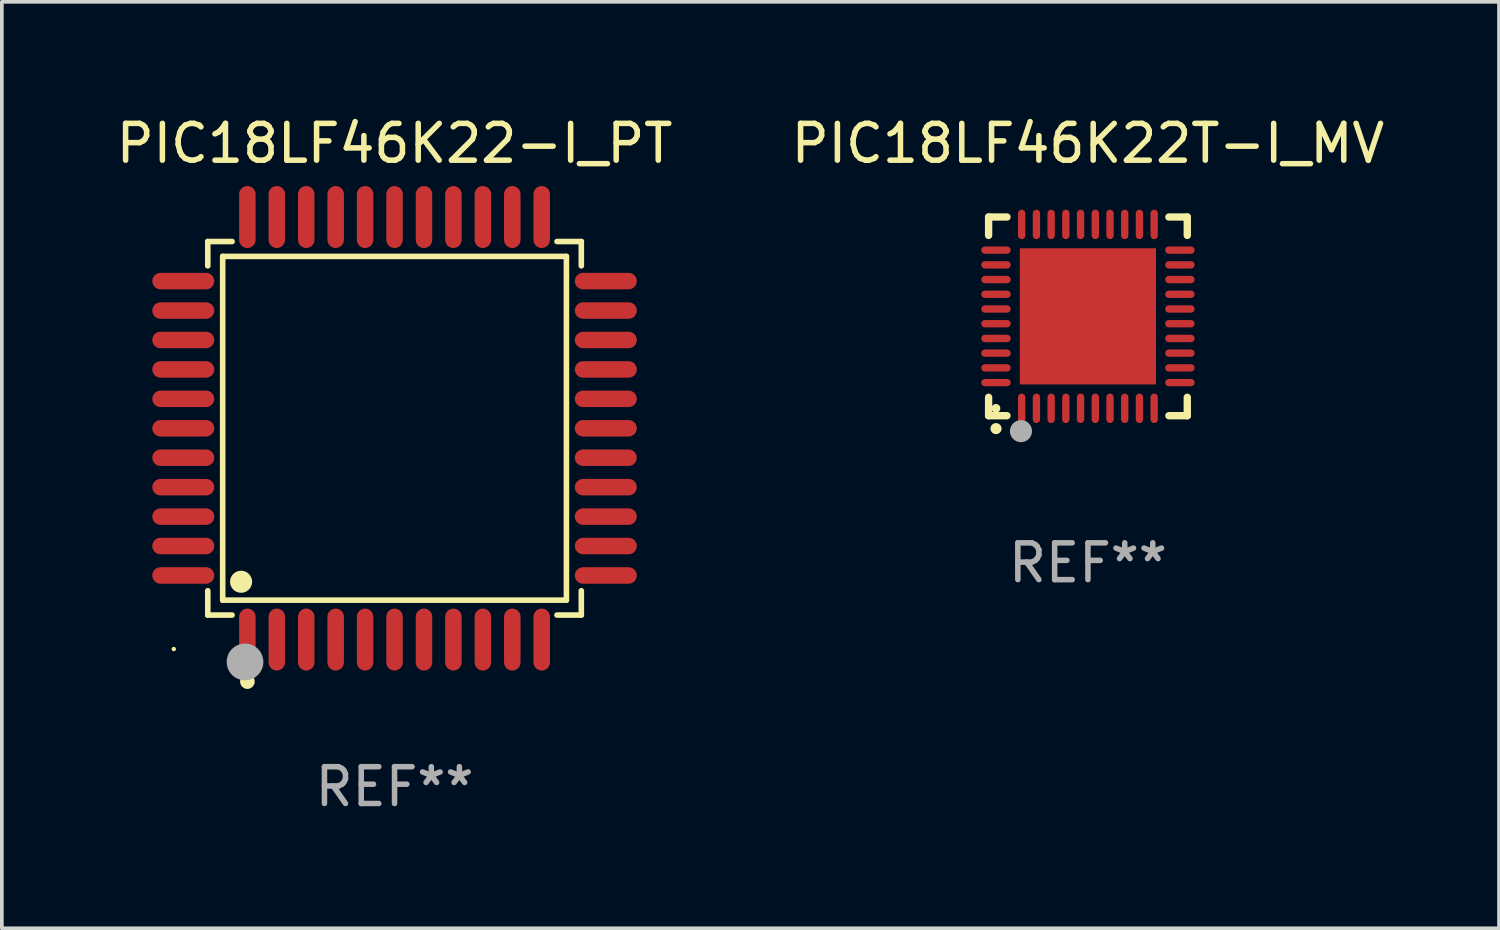
<source format=kicad_pcb>
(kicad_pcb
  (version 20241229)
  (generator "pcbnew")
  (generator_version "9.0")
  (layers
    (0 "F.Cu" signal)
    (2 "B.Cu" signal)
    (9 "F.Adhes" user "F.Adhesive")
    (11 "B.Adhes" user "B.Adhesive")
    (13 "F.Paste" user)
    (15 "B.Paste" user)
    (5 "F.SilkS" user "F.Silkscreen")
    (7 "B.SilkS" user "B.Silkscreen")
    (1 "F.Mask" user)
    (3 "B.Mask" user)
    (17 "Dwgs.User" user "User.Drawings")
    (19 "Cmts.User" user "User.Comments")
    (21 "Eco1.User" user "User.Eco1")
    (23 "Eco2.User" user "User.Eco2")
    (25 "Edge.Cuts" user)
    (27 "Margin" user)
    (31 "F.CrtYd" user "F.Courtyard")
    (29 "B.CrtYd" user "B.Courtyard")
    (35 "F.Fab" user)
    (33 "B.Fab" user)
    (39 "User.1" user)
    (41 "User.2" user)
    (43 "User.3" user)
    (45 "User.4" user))
  (footprint "PIC18LF46K22T-I_MV"
    (layer "F.Cu")
    (at 26.518 5.548)
    (property "Reference" "PIC18LF46K22T-I_MV" (at 0 -4.7 0) (layer "F.SilkS") (effects (font (size 1 1) (thickness 0.15))))
    (attr through_hole)
    (fp_line (start -2.7 -2.7) (end -2.7 -2.2) (stroke (width 0.2) (type solid)) (layer "F.SilkS"))
    (fp_line (start -2.7 2.7) (end -2.7 2.2) (stroke (width 0.2) (type solid)) (layer "F.SilkS"))
    (fp_line (start -2.2 -2.7) (end -2.7 -2.7) (stroke (width 0.2) (type solid)) (layer "F.SilkS"))
    (fp_line (start -2.2 2.7) (end -2.7 2.7) (stroke (width 0.2) (type solid)) (layer "F.SilkS"))
    (fp_line (start 2.7 -2.7) (end 2.2 -2.7) (stroke (width 0.2) (type solid)) (layer "F.SilkS"))
    (fp_line (start 2.7 -2.2) (end 2.7 -2.7) (stroke (width 0.2) (type solid)) (layer "F.SilkS"))
    (fp_line (start 2.7 2.2) (end 2.7 2.7) (stroke (width 0.2) (type solid)) (layer "F.SilkS"))
    (fp_line (start 2.7 2.7) (end 2.2 2.7) (stroke (width 0.2) (type solid)) (layer "F.SilkS"))
    (fp_arc (start -2.499365 3.050546) (mid -2.498095 3.050541) (end -2.496825 3.050546) (stroke (width 0.3) (type solid)) (layer "F.SilkS"))
    (fp_circle (center -2.5 2.5) (end -2.44 2.5) (stroke (width 0.12) (type solid)) (fill no) (layer "F.SilkS"))
    (fp_circle (center -1.82 3.12) (end -1.67 3.12) (stroke (width 0.3) (type solid)) (fill no) (layer "F.Fab"))
    (fp_text user "REF**" (at 0 6.7 0) (layer "F.Fab") (effects (font (size 1 1) (thickness 0.15))))
    (pad "1" smd oval (at -1.8 2.499) (size 0.2 0.8) (layers "F.Cu" "F.Mask" "F.Paste"))
    (pad "2" smd oval (at -1.4 2.499) (size 0.2 0.8) (layers "F.Cu" "F.Mask" "F.Paste"))
    (pad "3" smd oval (at -1 2.499) (size 0.2 0.8) (layers "F.Cu" "F.Mask" "F.Paste"))
    (pad "4" smd oval (at -0.6 2.499) (size 0.2 0.8) (layers "F.Cu" "F.Mask" "F.Paste"))
    (pad "5" smd oval (at -0.2 2.499) (size 0.2 0.8) (layers "F.Cu" "F.Mask" "F.Paste"))
    (pad "6" smd oval (at 0.2 2.499) (size 0.2 0.8) (layers "F.Cu" "F.Mask" "F.Paste"))
    (pad "7" smd oval (at 0.6 2.499) (size 0.2 0.8) (layers "F.Cu" "F.Mask" "F.Paste"))
    (pad "8" smd oval (at 1 2.499) (size 0.2 0.8) (layers "F.Cu" "F.Mask" "F.Paste"))
    (pad "9" smd oval (at 1.4 2.499) (size 0.2 0.8) (layers "F.Cu" "F.Mask" "F.Paste"))
    (pad "10" smd oval (at 1.8 2.499) (size 0.2 0.8) (layers "F.Cu" "F.Mask" "F.Paste"))
    (pad "11" smd oval (at 2.499 1.8) (size 0.8 0.2) (layers "F.Cu" "F.Mask" "F.Paste"))
    (pad "12" smd oval (at 2.499 1.4) (size 0.8 0.2) (layers "F.Cu" "F.Mask" "F.Paste"))
    (pad "13" smd oval (at 2.499 1) (size 0.8 0.2) (layers "F.Cu" "F.Mask" "F.Paste"))
    (pad "14" smd oval (at 2.499 0.6) (size 0.8 0.2) (layers "F.Cu" "F.Mask" "F.Paste"))
    (pad "15" smd oval (at 2.499 0.2) (size 0.8 0.2) (layers "F.Cu" "F.Mask" "F.Paste"))
    (pad "16" smd oval (at 2.499 -0.2) (size 0.8 0.2) (layers "F.Cu" "F.Mask" "F.Paste"))
    (pad "17" smd oval (at 2.499 -0.6) (size 0.8 0.2) (layers "F.Cu" "F.Mask" "F.Paste"))
    (pad "18" smd oval (at 2.499 -1) (size 0.8 0.2) (layers "F.Cu" "F.Mask" "F.Paste"))
    (pad "19" smd oval (at 2.499 -1.4) (size 0.8 0.2) (layers "F.Cu" "F.Mask" "F.Paste"))
    (pad "20" smd oval (at 2.499 -1.8) (size 0.8 0.2) (layers "F.Cu" "F.Mask" "F.Paste"))
    (pad "21" smd oval (at 1.8 -2.499) (size 0.2 0.8) (layers "F.Cu" "F.Mask" "F.Paste"))
    (pad "22" smd oval (at 1.4 -2.499) (size 0.2 0.8) (layers "F.Cu" "F.Mask" "F.Paste"))
    (pad "23" smd oval (at 1 -2.499) (size 0.2 0.8) (layers "F.Cu" "F.Mask" "F.Paste"))
    (pad "24" smd oval (at 0.6 -2.499) (size 0.2 0.8) (layers "F.Cu" "F.Mask" "F.Paste"))
    (pad "25" smd oval (at 0.2 -2.499) (size 0.2 0.8) (layers "F.Cu" "F.Mask" "F.Paste"))
    (pad "26" smd oval (at -0.2 -2.499) (size 0.2 0.8) (layers "F.Cu" "F.Mask" "F.Paste"))
    (pad "27" smd oval (at -0.6 -2.499) (size 0.2 0.8) (layers "F.Cu" "F.Mask" "F.Paste"))
    (pad "28" smd oval (at -1 -2.499) (size 0.2 0.8) (layers "F.Cu" "F.Mask" "F.Paste"))
    (pad "29" smd oval (at -1.4 -2.499) (size 0.2 0.8) (layers "F.Cu" "F.Mask" "F.Paste"))
    (pad "30" smd oval (at -1.8 -2.499) (size 0.2 0.8) (layers "F.Cu" "F.Mask" "F.Paste"))
    (pad "31" smd oval (at -2.499 -1.8) (size 0.8 0.2) (layers "F.Cu" "F.Mask" "F.Paste"))
    (pad "32" smd oval (at -2.499 -1.4) (size 0.8 0.2) (layers "F.Cu" "F.Mask" "F.Paste"))
    (pad "33" smd oval (at -2.499 -1) (size 0.8 0.2) (layers "F.Cu" "F.Mask" "F.Paste"))
    (pad "34" smd oval (at -2.499 -0.6) (size 0.8 0.2) (layers "F.Cu" "F.Mask" "F.Paste"))
    (pad "35" smd oval (at -2.499 -0.2) (size 0.8 0.2) (layers "F.Cu" "F.Mask" "F.Paste"))
    (pad "36" smd oval (at -2.499 0.2) (size 0.8 0.2) (layers "F.Cu" "F.Mask" "F.Paste"))
    (pad "37" smd oval (at -2.499 0.6) (size 0.8 0.2) (layers "F.Cu" "F.Mask" "F.Paste"))
    (pad "38" smd oval (at -2.499 1) (size 0.8 0.2) (layers "F.Cu" "F.Mask" "F.Paste"))
    (pad "39" smd oval (at -2.499 1.4) (size 0.8 0.2) (layers "F.Cu" "F.Mask" "F.Paste"))
    (pad "40" smd oval (at -2.499 1.8) (size 0.8 0.2) (layers "F.Cu" "F.Mask" "F.Paste"))
    (pad "41" smd rect (at 0 0) (size 3.7 3.7) (layers "F.Cu" "F.Mask" "F.Paste")))
  (footprint "PIC18LF46K22-I_PT"
    (layer "F.Cu")
    (at 7.673 8.59)
    (property "Reference" "PIC18LF46K22-I_PT" (at 0 -7.742 0) (layer "F.SilkS") (effects (font (size 1 1) (thickness 0.15))))
    (attr through_hole)
    (fp_line (start -5.076 -5.076) (end -4.415 -5.076) (stroke (width 0.152) (type solid)) (layer "F.SilkS"))
    (fp_line (start -5.076 -4.415) (end -5.076 -5.076) (stroke (width 0.152) (type solid)) (layer "F.SilkS"))
    (fp_line (start -5.076 4.415) (end -5.076 5.076) (stroke (width 0.152) (type solid)) (layer "F.SilkS"))
    (fp_line (start -5.076 5.076) (end -4.415 5.076) (stroke (width 0.152) (type solid)) (layer "F.SilkS"))
    (fp_line (start -4.671 -4.671) (end 4.671 -4.671) (stroke (width 0.152) (type solid)) (layer "F.SilkS"))
    (fp_line (start -4.671 4.671) (end -4.671 -4.671) (stroke (width 0.152) (type solid)) (layer "F.SilkS"))
    (fp_line (start 4.671 -4.671) (end 4.671 4.671) (stroke (width 0.152) (type solid)) (layer "F.SilkS"))
    (fp_line (start 4.671 4.671) (end -4.671 4.671) (stroke (width 0.152) (type solid)) (layer "F.SilkS"))
    (fp_line (start 5.076 -5.076) (end 4.415 -5.076) (stroke (width 0.152) (type solid)) (layer "F.SilkS"))
    (fp_line (start 5.076 -4.415) (end 5.076 -5.076) (stroke (width 0.152) (type solid)) (layer "F.SilkS"))
    (fp_line (start 5.076 4.415) (end 5.076 5.076) (stroke (width 0.152) (type solid)) (layer "F.SilkS"))
    (fp_line (start 5.076 5.076) (end 4.415 5.076) (stroke (width 0.152) (type solid)) (layer "F.SilkS"))
    (fp_circle (center -6 6) (end -5.97 6) (stroke (width 0.06) (type solid)) (fill no) (layer "F.SilkS"))
    (fp_circle (center -4.171 4.171) (end -4.021 4.171) (stroke (width 0.3) (type solid)) (fill no) (layer "F.SilkS"))
    (fp_circle (center -4 6.884) (end -3.9 6.884) (stroke (width 0.2) (type solid)) (fill no) (layer "F.SilkS"))
    (fp_circle (center -4.064 6.35) (end -3.814 6.35) (stroke (width 0.5) (type solid)) (fill no) (layer "F.Fab"))
    (fp_text user "REF**" (at 0 9.742 0) (layer "F.Fab") (effects (font (size 1 1) (thickness 0.15))))
    (pad "1" smd oval (at -4 5.742) (size 0.448 1.684) (layers "F.Cu" "F.Mask" "F.Paste"))
    (pad "2" smd oval (at -3.2 5.742) (size 0.448 1.684) (layers "F.Cu" "F.Mask" "F.Paste"))
    (pad "3" smd oval (at -2.4 5.742) (size 0.448 1.684) (layers "F.Cu" "F.Mask" "F.Paste"))
    (pad "4" smd oval (at -1.6 5.742) (size 0.448 1.684) (layers "F.Cu" "F.Mask" "F.Paste"))
    (pad "5" smd oval (at -0.8 5.742) (size 0.448 1.684) (layers "F.Cu" "F.Mask" "F.Paste"))
    (pad "6" smd oval (at 0 5.742) (size 0.448 1.684) (layers "F.Cu" "F.Mask" "F.Paste"))
    (pad "7" smd oval (at 0.8 5.742) (size 0.448 1.684) (layers "F.Cu" "F.Mask" "F.Paste"))
    (pad "8" smd oval (at 1.6 5.742) (size 0.448 1.684) (layers "F.Cu" "F.Mask" "F.Paste"))
    (pad "9" smd oval (at 2.4 5.742) (size 0.448 1.684) (layers "F.Cu" "F.Mask" "F.Paste"))
    (pad "10" smd oval (at 3.2 5.742) (size 0.448 1.684) (layers "F.Cu" "F.Mask" "F.Paste"))
    (pad "11" smd oval (at 4 5.742) (size 0.448 1.684) (layers "F.Cu" "F.Mask" "F.Paste"))
    (pad "12" smd oval (at 5.742 4) (size 1.684 0.448) (layers "F.Cu" "F.Mask" "F.Paste"))
    (pad "13" smd oval (at 5.742 3.2) (size 1.684 0.448) (layers "F.Cu" "F.Mask" "F.Paste"))
    (pad "14" smd oval (at 5.742 2.4) (size 1.684 0.448) (layers "F.Cu" "F.Mask" "F.Paste"))
    (pad "15" smd oval (at 5.742 1.6) (size 1.684 0.448) (layers "F.Cu" "F.Mask" "F.Paste"))
    (pad "16" smd oval (at 5.742 0.8) (size 1.684 0.448) (layers "F.Cu" "F.Mask" "F.Paste"))
    (pad "17" smd oval (at 5.742 0) (size 1.684 0.448) (layers "F.Cu" "F.Mask" "F.Paste"))
    (pad "18" smd oval (at 5.742 -0.8) (size 1.684 0.448) (layers "F.Cu" "F.Mask" "F.Paste"))
    (pad "19" smd oval (at 5.742 -1.6) (size 1.684 0.448) (layers "F.Cu" "F.Mask" "F.Paste"))
    (pad "20" smd oval (at 5.742 -2.4) (size 1.684 0.448) (layers "F.Cu" "F.Mask" "F.Paste"))
    (pad "21" smd oval (at 5.742 -3.2) (size 1.684 0.448) (layers "F.Cu" "F.Mask" "F.Paste"))
    (pad "22" smd oval (at 5.742 -4) (size 1.684 0.448) (layers "F.Cu" "F.Mask" "F.Paste"))
    (pad "23" smd oval (at 4 -5.742) (size 0.448 1.684) (layers "F.Cu" "F.Mask" "F.Paste"))
    (pad "24" smd oval (at 3.2 -5.742) (size 0.448 1.684) (layers "F.Cu" "F.Mask" "F.Paste"))
    (pad "25" smd oval (at 2.4 -5.742) (size 0.448 1.684) (layers "F.Cu" "F.Mask" "F.Paste"))
    (pad "26" smd oval (at 1.6 -5.742) (size 0.448 1.684) (layers "F.Cu" "F.Mask" "F.Paste"))
    (pad "27" smd oval (at 0.8 -5.742) (size 0.448 1.684) (layers "F.Cu" "F.Mask" "F.Paste"))
    (pad "28" smd oval (at 0 -5.742) (size 0.448 1.684) (layers "F.Cu" "F.Mask" "F.Paste"))
    (pad "29" smd oval (at -0.8 -5.742) (size 0.448 1.684) (layers "F.Cu" "F.Mask" "F.Paste"))
    (pad "30" smd oval (at -1.6 -5.742) (size 0.448 1.684) (layers "F.Cu" "F.Mask" "F.Paste"))
    (pad "31" smd oval (at -2.4 -5.742) (size 0.448 1.684) (layers "F.Cu" "F.Mask" "F.Paste"))
    (pad "32" smd oval (at -3.2 -5.742) (size 0.448 1.684) (layers "F.Cu" "F.Mask" "F.Paste"))
    (pad "33" smd oval (at -4 -5.742) (size 0.448 1.684) (layers "F.Cu" "F.Mask" "F.Paste"))
    (pad "34" smd oval (at -5.742 -4) (size 1.684 0.448) (layers "F.Cu" "F.Mask" "F.Paste"))
    (pad "35" smd oval (at -5.742 -3.2) (size 1.684 0.448) (layers "F.Cu" "F.Mask" "F.Paste"))
    (pad "36" smd oval (at -5.742 -2.4) (size 1.684 0.448) (layers "F.Cu" "F.Mask" "F.Paste"))
    (pad "37" smd oval (at -5.742 -1.6) (size 1.684 0.448) (layers "F.Cu" "F.Mask" "F.Paste"))
    (pad "38" smd oval (at -5.742 -0.8) (size 1.684 0.448) (layers "F.Cu" "F.Mask" "F.Paste"))
    (pad "39" smd oval (at -5.742 0) (size 1.684 0.448) (layers "F.Cu" "F.Mask" "F.Paste"))
    (pad "40" smd oval (at -5.742 0.8) (size 1.684 0.448) (layers "F.Cu" "F.Mask" "F.Paste"))
    (pad "41" smd oval (at -5.742 1.6) (size 1.684 0.448) (layers "F.Cu" "F.Mask" "F.Paste"))
    (pad "42" smd oval (at -5.742 2.4) (size 1.684 0.448) (layers "F.Cu" "F.Mask" "F.Paste"))
    (pad "43" smd oval (at -5.742 3.2) (size 1.684 0.448) (layers "F.Cu" "F.Mask" "F.Paste"))
    (pad "44" smd oval (at -5.742 4) (size 1.684 0.448) (layers "F.Cu" "F.Mask" "F.Paste")))
  (gr_rect
    (start -3 -3)
    (end 37.69 22.18)
    (stroke (width 0.1) (type default))
    (fill no)
    (layer "Edge.Cuts")))
</source>
